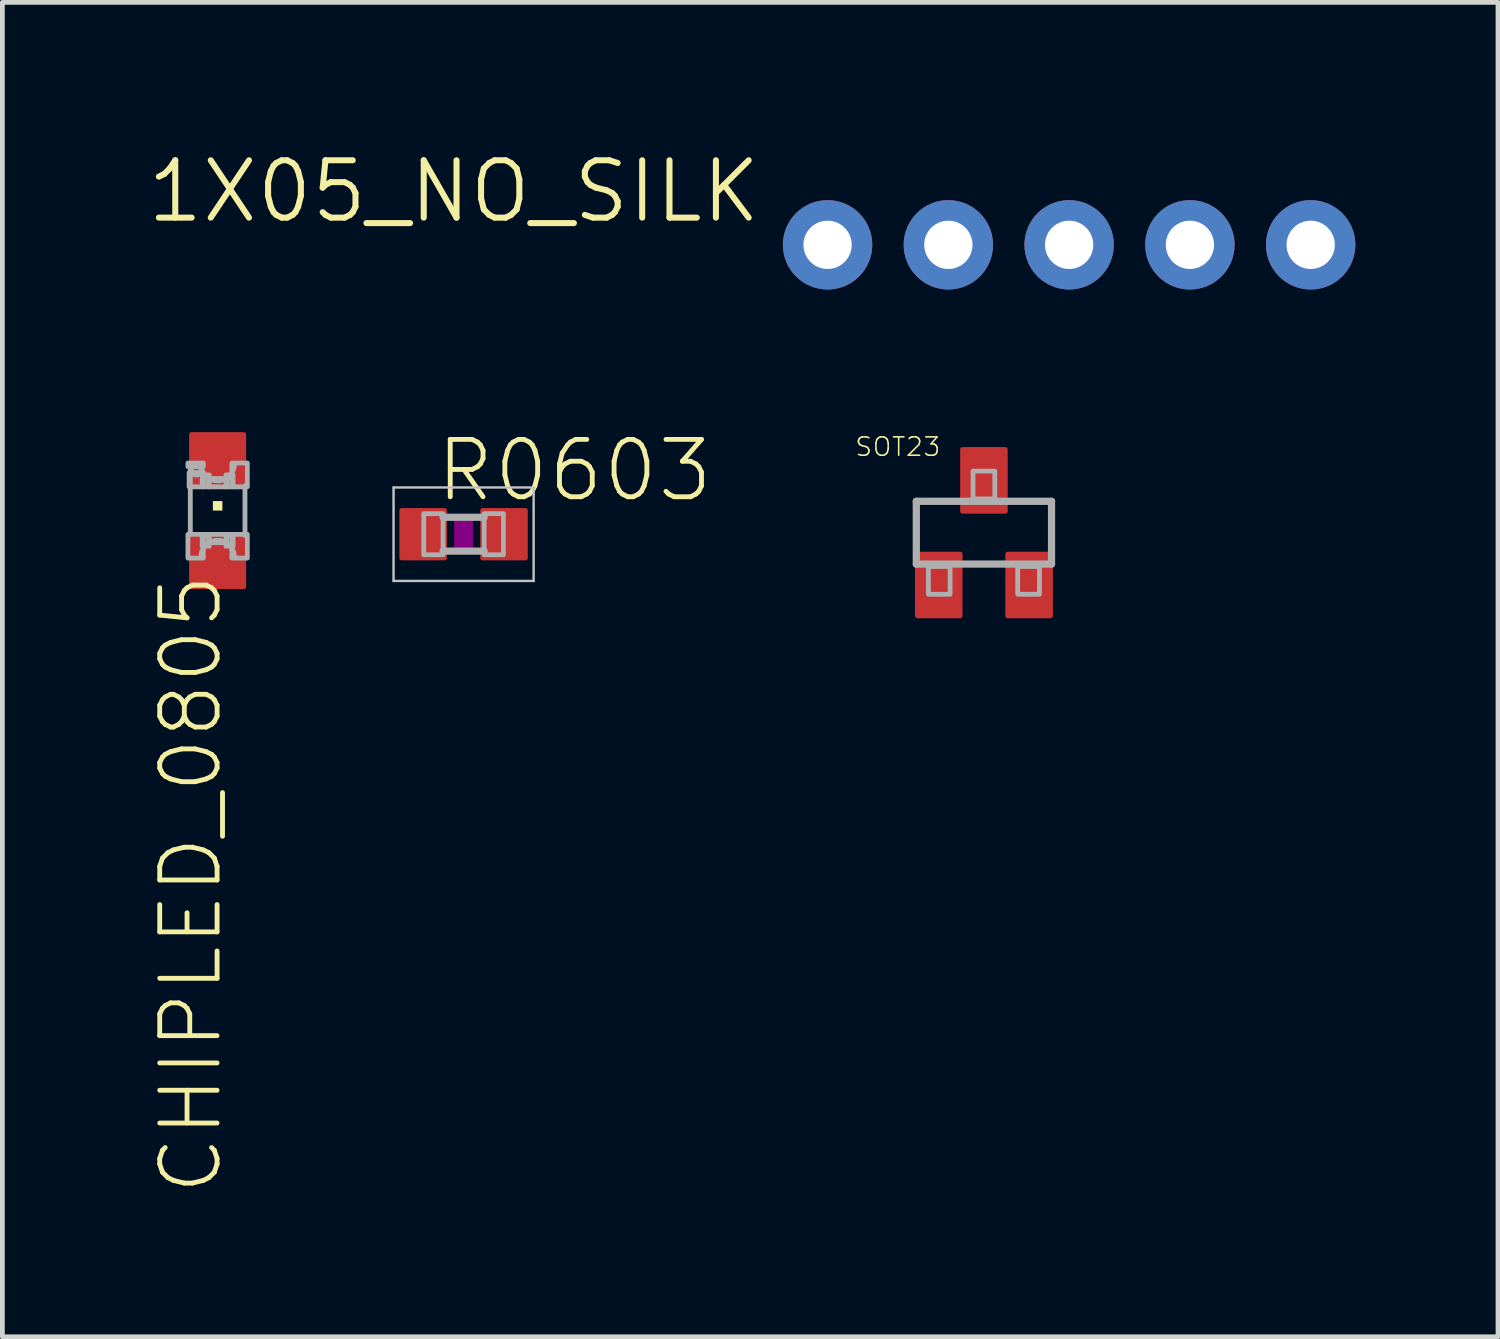
<source format=kicad_pcb>
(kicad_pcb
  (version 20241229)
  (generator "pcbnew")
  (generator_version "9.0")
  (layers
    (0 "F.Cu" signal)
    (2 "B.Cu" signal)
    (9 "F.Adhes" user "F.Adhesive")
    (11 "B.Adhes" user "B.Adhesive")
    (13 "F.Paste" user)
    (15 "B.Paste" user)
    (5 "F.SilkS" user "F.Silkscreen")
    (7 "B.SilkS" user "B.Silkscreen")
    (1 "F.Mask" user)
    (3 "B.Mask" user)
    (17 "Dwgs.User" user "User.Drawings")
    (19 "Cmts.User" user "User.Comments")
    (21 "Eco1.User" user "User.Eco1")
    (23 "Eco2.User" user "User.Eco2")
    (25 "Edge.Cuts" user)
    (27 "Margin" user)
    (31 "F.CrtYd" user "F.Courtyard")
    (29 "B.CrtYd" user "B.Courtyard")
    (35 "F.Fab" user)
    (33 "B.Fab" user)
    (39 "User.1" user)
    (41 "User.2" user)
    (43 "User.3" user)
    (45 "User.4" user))
  (footprint "CHIPLED_0805"
    (layer "F.Cu")
    (at 1.527 7.688)
    (property "Reference" "CHIPLED_0805" (at -1.27 1.27 90) (layer "F.SilkS") (effects (font (size 1.206 1.206) (thickness 0.102)) (justify right top)))
    (attr through_hole)
    (fp_poly (pts (xy -0.1 0) (xy 0.1 0) (xy 0.1 -0.2) (xy -0.1 -0.2)) (stroke (width 0) (type solid)) (fill yes) (layer "F.SilkS"))
    (fp_line (start -0.575 0.5) (end -0.575 -0.925) (stroke (width 0.102) (type solid)) (layer "F.Fab"))
    (fp_line (start 0.575 -0.525) (end 0.575 0.525) (stroke (width 0.102) (type solid)) (layer "F.Fab"))
    (fp_arc (start -0.35 0.925) (mid -0.000001 0.625027) (end 0.35 0.924998) (stroke (width 0.1016) (type solid)) (layer "F.Fab"))
    (fp_arc (start 0.35 -0.924998) (mid -0.000001 -0.625027) (end -0.35 -0.925) (stroke (width 0.1016) (type solid)) (layer "F.Fab"))
    (fp_circle (center -0.45 -0.85) (end -0.347 -0.85) (stroke (width 0.102) (type solid)) (fill no) (layer "F.Fab"))
    (fp_poly (pts (xy -0.625 -0.925) (xy -0.3 -0.925) (xy -0.3 -1) (xy -0.625 -1)) (stroke (width 0.1) (type solid)) (fill no) (layer "F.Fab"))
    (fp_poly (pts (xy -0.625 1) (xy -0.3 1) (xy -0.3 0.5) (xy -0.625 0.5)) (stroke (width 0.1) (type solid)) (fill no) (layer "F.Fab"))
    (fp_poly (pts (xy -0.6 -0.5) (xy -0.3 -0.5) (xy -0.3 -0.8) (xy -0.6 -0.8)) (stroke (width 0.1) (type solid)) (fill no) (layer "F.Fab"))
    (fp_poly (pts (xy -0.325 -0.5) (xy -0.175 -0.5) (xy -0.175 -0.75) (xy -0.325 -0.75)) (stroke (width 0.1) (type solid)) (fill no) (layer "F.Fab"))
    (fp_poly (pts (xy -0.325 0.75) (xy -0.175 0.75) (xy -0.175 0.5) (xy -0.325 0.5)) (stroke (width 0.1) (type solid)) (fill no) (layer "F.Fab"))
    (fp_poly (pts (xy -0.2 -0.5) (xy 0.2 -0.5) (xy 0.2 -0.675) (xy -0.2 -0.675)) (stroke (width 0.1) (type solid)) (fill no) (layer "F.Fab"))
    (fp_poly (pts (xy -0.2 0.675) (xy 0.2 0.675) (xy 0.2 0.5) (xy -0.2 0.5)) (stroke (width 0.1) (type solid)) (fill no) (layer "F.Fab"))
    (fp_poly (pts (xy 0.175 -0.5) (xy 0.325 -0.5) (xy 0.325 -0.75) (xy 0.175 -0.75)) (stroke (width 0.1) (type solid)) (fill no) (layer "F.Fab"))
    (fp_poly (pts (xy 0.175 0.75) (xy 0.325 0.75) (xy 0.325 0.5) (xy 0.175 0.5)) (stroke (width 0.1) (type solid)) (fill no) (layer "F.Fab"))
    (fp_poly (pts (xy 0.3 -0.5) (xy 0.625 -0.5) (xy 0.625 -1) (xy 0.3 -1)) (stroke (width 0.1) (type solid)) (fill no) (layer "F.Fab"))
    (fp_poly (pts (xy 0.3 1) (xy 0.625 1) (xy 0.625 0.5) (xy 0.3 0.5)) (stroke (width 0.1) (type solid)) (fill no) (layer "F.Fab"))
    (pad "A" smd roundrect (at 0 1.05) (size 1.2 1.2) (layers "F.Cu" "F.Mask" "F.Paste") (roundrect_rratio 0.042))
    (pad "C" smd roundrect (at 0 -1.05) (size 1.2 1.2) (layers "F.Cu" "F.Mask" "F.Paste") (roundrect_rratio 0.042)))
  (footprint "SOT23"
    (layer "F.Cu")
    (at 17.643 8.153)
    (property "Reference" "SOT23" (at -0.889 -2.032 0) (layer "F.SilkS") (effects (font (size 0.386 0.386) (thickness 0.033)) (justify right top)))
    (attr through_hole)
    (fp_line (start -1.422 -0.66) (end 1.422 -0.66) (stroke (width 0.152) (type solid)) (layer "F.Fab"))
    (fp_line (start -1.422 0.66) (end -1.422 -0.66) (stroke (width 0.152) (type solid)) (layer "F.Fab"))
    (fp_line (start 1.422 -0.66) (end 1.422 0.66) (stroke (width 0.152) (type solid)) (layer "F.Fab"))
    (fp_line (start 1.422 0.66) (end -1.422 0.66) (stroke (width 0.152) (type solid)) (layer "F.Fab"))
    (fp_poly (pts (xy -1.168 1.295) (xy -0.711 1.295) (xy -0.711 0.711) (xy -1.168 0.711)) (stroke (width 0.1) (type solid)) (fill no) (layer "F.Fab"))
    (fp_poly (pts (xy -0.229 -0.711) (xy 0.229 -0.711) (xy 0.229 -1.295) (xy -0.229 -1.295)) (stroke (width 0.1) (type solid)) (fill no) (layer "F.Fab"))
    (fp_poly (pts (xy 0.711 1.295) (xy 1.168 1.295) (xy 1.168 0.711) (xy 0.711 0.711)) (stroke (width 0.1) (type solid)) (fill no) (layer "F.Fab"))
    (pad "1" smd roundrect (at -0.95 1.1) (size 1 1.4) (layers "F.Cu" "F.Mask" "F.Paste") (roundrect_rratio 0.05))
    (pad "2" smd roundrect (at 0.95 1.1) (size 1 1.4) (layers "F.Cu" "F.Mask" "F.Paste") (roundrect_rratio 0.05))
    (pad "3" smd roundrect (at 0 -1.1) (size 1 1.4) (layers "F.Cu" "F.Mask" "F.Paste") (roundrect_rratio 0.05)))
  (footprint "1X05_NO_SILK"
    (layer "F.Cu")
    (at 14.355 2.099)
    (property "Reference" "1X05_NO_SILK" (at -1.346 -1.829 0) (layer "F.SilkS") (effects (font (size 1.206 1.206) (thickness 0.127)) (justify right top)))
    (attr through_hole)
    (fp_poly (pts (xy -0.254 0.254) (xy 0.254 0.254) (xy 0.254 -0.254) (xy -0.254 -0.254)) (stroke (width 0.1) (type solid)) (fill no) (layer "F.Fab"))
    (fp_poly (pts (xy 2.286 0.254) (xy 2.794 0.254) (xy 2.794 -0.254) (xy 2.286 -0.254)) (stroke (width 0.1) (type solid)) (fill no) (layer "F.Fab"))
    (fp_poly (pts (xy 4.826 0.254) (xy 5.334 0.254) (xy 5.334 -0.254) (xy 4.826 -0.254)) (stroke (width 0.1) (type solid)) (fill no) (layer "F.Fab"))
    (fp_poly (pts (xy 7.366 0.254) (xy 7.874 0.254) (xy 7.874 -0.254) (xy 7.366 -0.254)) (stroke (width 0.1) (type solid)) (fill no) (layer "F.Fab"))
    (fp_poly (pts (xy 9.906 0.254) (xy 10.414 0.254) (xy 10.414 -0.254) (xy 9.906 -0.254)) (stroke (width 0.1) (type solid)) (fill no) (layer "F.Fab"))
    (pad "1" thru_hole circle (at 0 0 90) (size 1.88 1.88) (drill 1.016) (layers "*.Cu" "*.Mask"))
    (pad "2" thru_hole circle (at 2.54 0 90) (size 1.88 1.88) (drill 1.016) (layers "*.Cu" "*.Mask"))
    (pad "3" thru_hole circle (at 5.08 0 90) (size 1.88 1.88) (drill 1.016) (layers "*.Cu" "*.Mask"))
    (pad "4" thru_hole circle (at 7.62 0 90) (size 1.88 1.88) (drill 1.016) (layers "*.Cu" "*.Mask"))
    (pad "5" thru_hole circle (at 10.16 0 90) (size 1.88 1.88) (drill 1.016) (layers "*.Cu" "*.Mask")))
  (footprint "R0603"
    (layer "F.Cu")
    (at 6.7 8.185)
    (property "Reference" "R0603" (at -0.635 -0.635 0) (layer "F.SilkS") (effects (font (size 1.206 1.206) (thickness 0.102)) (justify left bottom)))
    (attr through_hole)
    (fp_poly (pts (xy -0.2 0.4) (xy 0.2 0.4) (xy 0.2 -0.4) (xy -0.2 -0.4)) (stroke (width 0) (type solid)) (fill yes) (layer "F.Adhes"))
    (fp_line (start -1.473 -0.983) (end 1.473 -0.983) (stroke (width 0.051) (type solid)) (layer "Dwgs.User"))
    (fp_line (start -1.473 0.983) (end -1.473 -0.983) (stroke (width 0.051) (type solid)) (layer "Dwgs.User"))
    (fp_line (start 1.473 -0.983) (end 1.473 0.983) (stroke (width 0.051) (type solid)) (layer "Dwgs.User"))
    (fp_line (start 1.473 0.983) (end -1.473 0.983) (stroke (width 0.051) (type solid)) (layer "Dwgs.User"))
    (fp_line (start -0.432 0.356) (end 0.432 0.356) (stroke (width 0.152) (type solid)) (layer "F.Fab"))
    (fp_line (start 0.432 -0.356) (end -0.432 -0.356) (stroke (width 0.152) (type solid)) (layer "F.Fab"))
    (fp_poly (pts (xy -0.838 0.432) (xy -0.432 0.432) (xy -0.432 -0.432) (xy -0.838 -0.432)) (stroke (width 0.1) (type solid)) (fill no) (layer "F.Fab"))
    (fp_poly (pts (xy 0.432 0.432) (xy 0.838 0.432) (xy 0.838 -0.432) (xy 0.432 -0.432)) (stroke (width 0.1) (type solid)) (fill no) (layer "F.Fab"))
    (pad "1" smd roundrect (at -0.85 0) (size 1 1.1) (layers "F.Cu" "F.Mask" "F.Paste") (roundrect_rratio 0.05))
    (pad "2" smd roundrect (at 0.85 0) (size 1 1.1) (layers "F.Cu" "F.Mask" "F.Paste") (roundrect_rratio 0.05)))
  (gr_rect
    (start -3 -3)
    (end 28.455 25.064)
    (stroke (width 0.1) (type default))
    (fill no)
    (layer "Edge.Cuts")))
</source>
